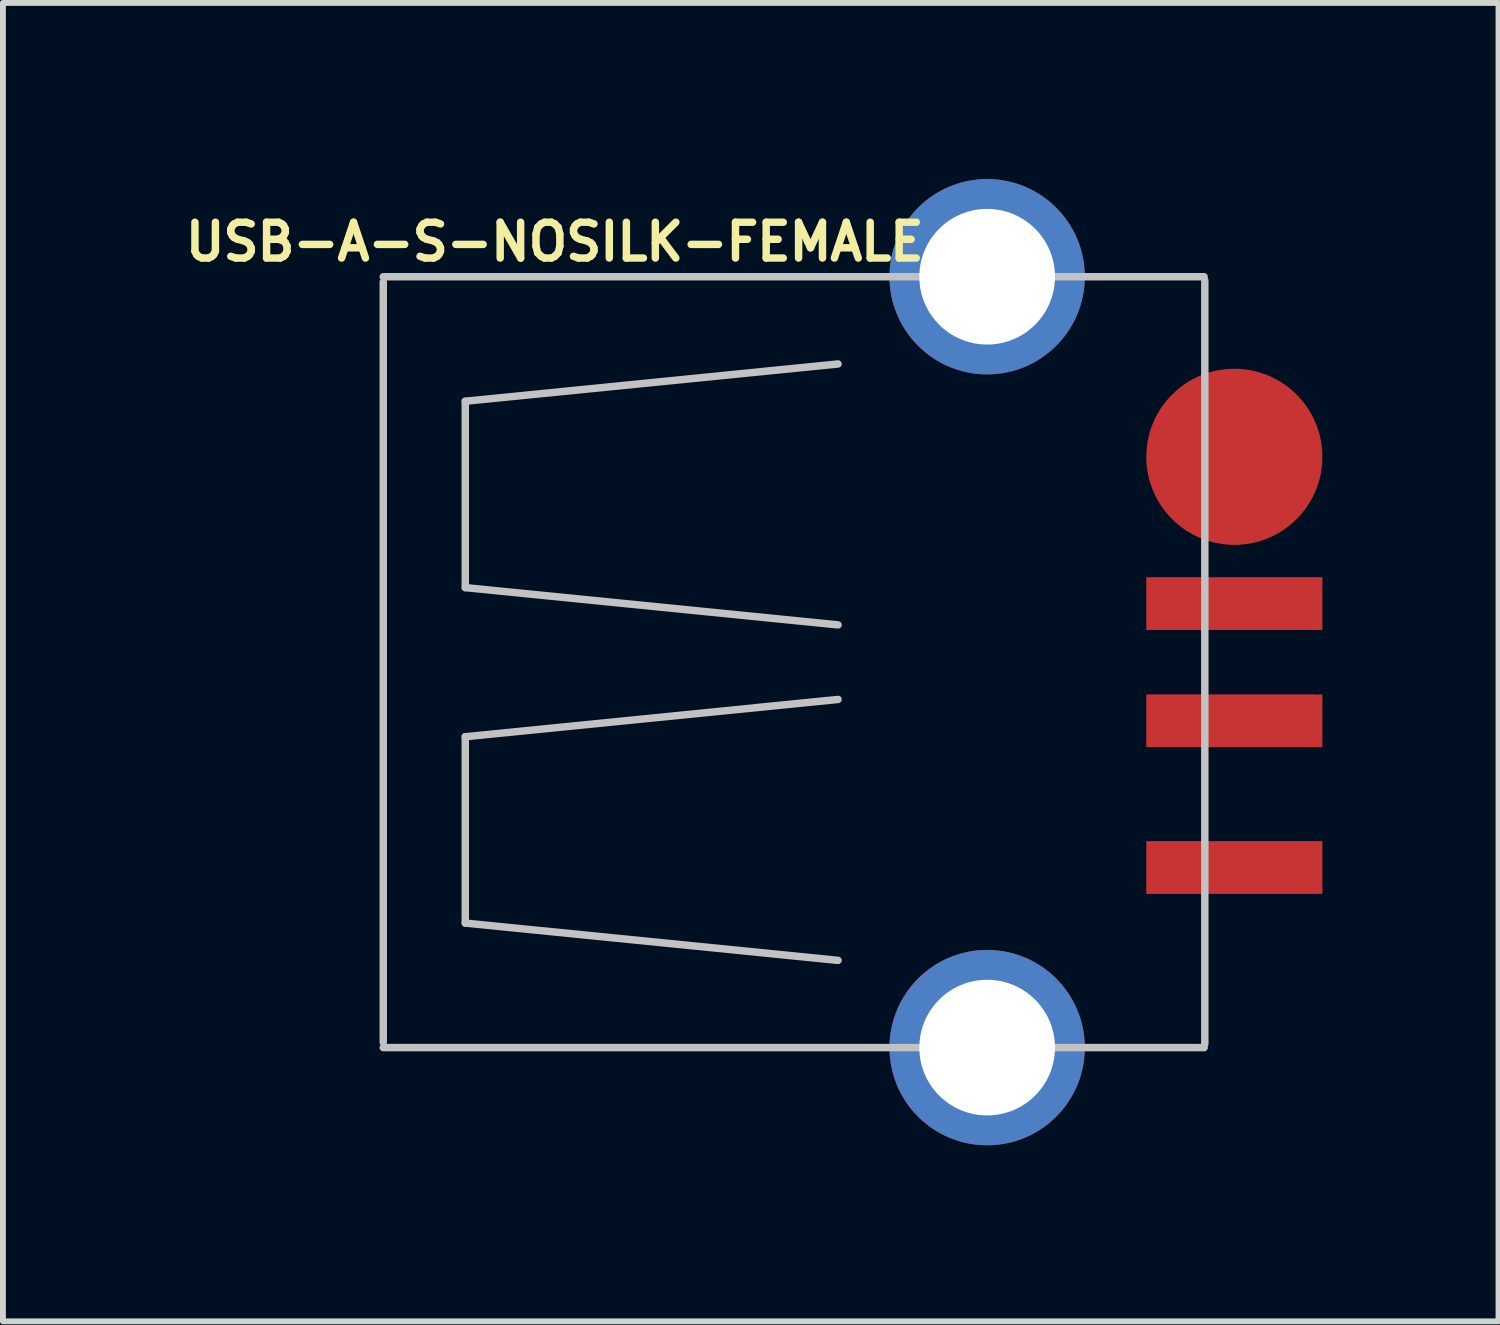
<source format=kicad_pcb>
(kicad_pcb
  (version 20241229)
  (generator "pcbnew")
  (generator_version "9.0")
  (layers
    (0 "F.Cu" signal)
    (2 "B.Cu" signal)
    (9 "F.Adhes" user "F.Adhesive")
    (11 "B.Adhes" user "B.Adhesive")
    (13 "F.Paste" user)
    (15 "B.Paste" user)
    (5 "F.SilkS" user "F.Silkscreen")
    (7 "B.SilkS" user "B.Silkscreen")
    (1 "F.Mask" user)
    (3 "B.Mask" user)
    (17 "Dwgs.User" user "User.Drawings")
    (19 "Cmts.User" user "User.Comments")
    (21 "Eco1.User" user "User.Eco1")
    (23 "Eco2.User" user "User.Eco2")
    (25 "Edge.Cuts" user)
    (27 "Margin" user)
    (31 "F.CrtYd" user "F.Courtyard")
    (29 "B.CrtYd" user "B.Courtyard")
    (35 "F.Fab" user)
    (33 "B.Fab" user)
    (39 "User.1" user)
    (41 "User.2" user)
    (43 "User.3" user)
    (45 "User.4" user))
  (footprint "USB-A-S-NOSILK-FEMALE"
    (layer "F.Cu")
    (at 11.226 8.23)
    (property "Reference" "USB-A-S-NOSILK-FEMALE" (at -4.826 -7.16 0) (layer "F.SilkS") (effects (font (size 0.61 0.61) (thickness 0.127))))
    (attr smd)
    (fp_line (start -7.747 -6.477) (end -7.747 6.477) (stroke (width 0.127) (type solid)) (layer "Dwgs.User"))
    (fp_line (start -6.35 -4.445) (end -6.35 -1.27) (stroke (width 0.127) (type solid)) (layer "Dwgs.User"))
    (fp_line (start -6.35 -1.27) (end 0 -0.635) (stroke (width 0.127) (type solid)) (layer "Dwgs.User"))
    (fp_line (start -6.35 1.27) (end 0 0.635) (stroke (width 0.127) (type solid)) (layer "Dwgs.User"))
    (fp_line (start -6.35 4.445) (end -6.35 1.27) (stroke (width 0.127) (type solid)) (layer "Dwgs.User"))
    (fp_line (start 0 -5.08) (end -6.35 -4.445) (stroke (width 0.127) (type solid)) (layer "Dwgs.User"))
    (fp_line (start 0 5.08) (end -6.35 4.445) (stroke (width 0.127) (type solid)) (layer "Dwgs.User"))
    (fp_line (start 6.236 -6.566) (end -7.747 -6.566) (stroke (width 0.127) (type solid)) (layer "Dwgs.User"))
    (fp_line (start 6.236 6.566) (end -7.747 6.566) (stroke (width 0.127) (type solid)) (layer "Dwgs.User"))
    (fp_line (start 6.248 -6.502) (end 6.248 6.502) (stroke (width 0.127) (type solid)) (layer "Dwgs.User"))
    (pad "D+" smd rect (at 6.751 0.998) (size 3 0.899) (layers "F.Cu" "F.Mask" "F.Paste"))
    (pad "D-" smd rect (at 6.751 -0.998) (size 3 0.899) (layers "F.Cu" "F.Mask" "F.Paste"))
    (pad "GND" smd rect (at 6.751 3.498) (size 3 0.899) (layers "F.Cu" "F.Mask" "F.Paste"))
    (pad "SHLD" thru_hole circle (at 2.54 -6.566) (size 3.327 3.327) (drill 2.311) (layers "*.Cu" "*.Paste" "*.Mask"))
    (pad "SHLD" thru_hole circle (at 2.54 6.566) (size 3.327 3.327) (drill 2.311) (layers "*.Cu" "*.Paste" "*.Mask"))
    (pad "VBUS" smd circle (at 6.751 -3.498) (size 3 3) (layers "F.Cu" "F.Mask" "F.Paste")))
  (gr_rect
    (start -3 -3)
    (end 22.477 19.459)
    (stroke (width 0.1) (type default))
    (fill no)
    (layer "Edge.Cuts")))
</source>
